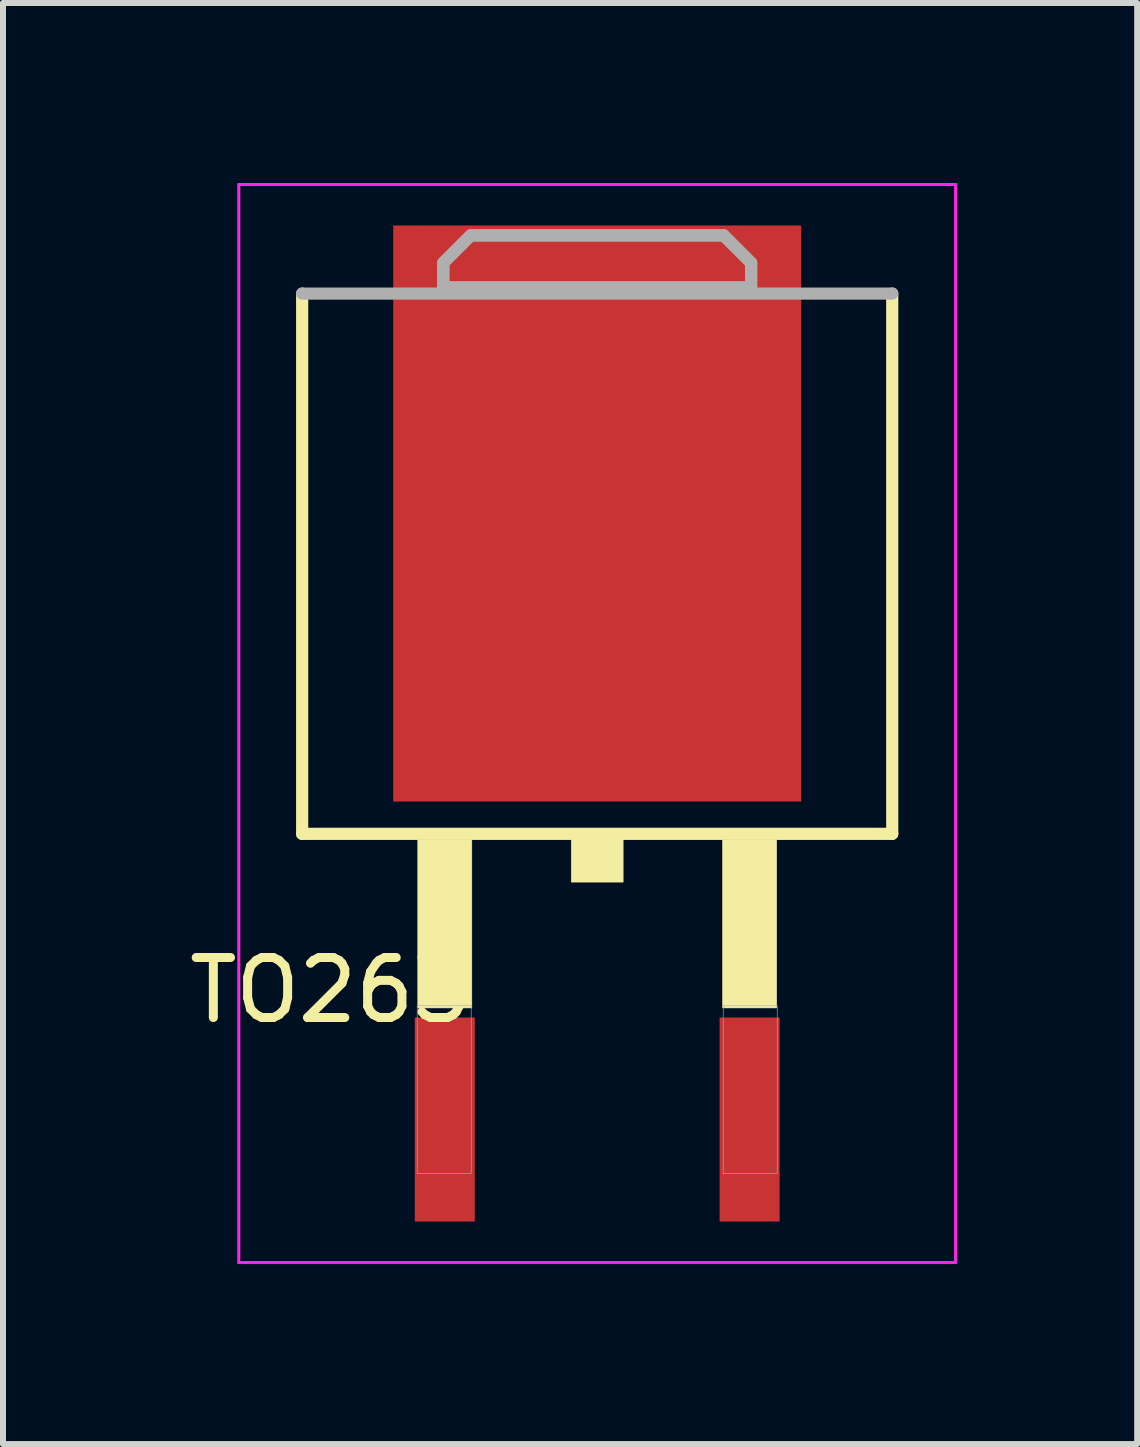
<source format=kicad_pcb>
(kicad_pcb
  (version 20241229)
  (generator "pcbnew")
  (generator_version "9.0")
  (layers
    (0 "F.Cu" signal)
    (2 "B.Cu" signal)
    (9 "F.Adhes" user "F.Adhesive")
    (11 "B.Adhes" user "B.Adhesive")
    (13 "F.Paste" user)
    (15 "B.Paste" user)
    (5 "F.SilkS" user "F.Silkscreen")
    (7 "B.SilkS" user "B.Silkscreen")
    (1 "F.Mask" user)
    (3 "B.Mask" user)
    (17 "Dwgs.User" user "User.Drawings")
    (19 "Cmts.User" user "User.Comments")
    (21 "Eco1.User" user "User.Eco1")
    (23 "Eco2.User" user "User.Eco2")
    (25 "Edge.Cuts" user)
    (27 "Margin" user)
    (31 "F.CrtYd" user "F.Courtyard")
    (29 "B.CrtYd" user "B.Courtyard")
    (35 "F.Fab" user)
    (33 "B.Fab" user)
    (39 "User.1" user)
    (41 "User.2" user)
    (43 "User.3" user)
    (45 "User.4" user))
  (footprint "TO263"
    (layer "F.Cu")
    (at 6.903 9.008)
    (property "Reference" "TO263" (at -4.445 4.445 180) (layer "F.SilkS") (effects (font (size 1 1) (thickness 0.15))))
    (attr smd)
    (fp_line (start -4.917 1.839) (end -4.917 -7.165) (stroke (width 0.203) (type solid)) (layer "F.SilkS"))
    (fp_line (start 4.917 -7.165) (end 4.917 1.839) (stroke (width 0.203) (type solid)) (layer "F.SilkS"))
    (fp_line (start 4.917 1.839) (end -4.917 1.839) (stroke (width 0.203) (type solid)) (layer "F.SilkS"))
    (fp_poly (pts (xy -2.99 1.94) (xy -2.09 1.94) (xy -2.09 4.74) (xy -2.99 4.74)) (stroke (width 0.01) (type solid)) (fill yes) (layer "F.SilkS"))
    (fp_poly (pts (xy -0.432 1.881) (xy 0.432 1.881) (xy 0.432 2.643) (xy -0.432 2.643)) (stroke (width 0.01) (type solid)) (fill yes) (layer "F.SilkS"))
    (fp_poly (pts (xy 2.09 1.94) (xy 2.99 1.94) (xy 2.99 4.74) (xy 2.09 4.74)) (stroke (width 0.01) (type solid)) (fill yes) (layer "F.SilkS"))
    (fp_line (start -5.973 -8.983) (end 5.973 -8.983) (stroke (width 0.051) (type solid)) (layer "F.CrtYd"))
    (fp_line (start -5.973 8.983) (end -5.973 -8.983) (stroke (width 0.051) (type solid)) (layer "F.CrtYd"))
    (fp_line (start 5.973 -8.983) (end 5.973 8.983) (stroke (width 0.051) (type solid)) (layer "F.CrtYd"))
    (fp_line (start 5.973 8.983) (end -5.973 8.983) (stroke (width 0.051) (type solid)) (layer "F.CrtYd"))
    (fp_line (start -4.917 -7.165) (end 4.917 -7.165) (stroke (width 0.203) (type solid)) (layer "F.Fab"))
    (fp_line (start -2.565 -7.678) (end -2.108 -8.135) (stroke (width 0.203) (type solid)) (layer "F.Fab"))
    (fp_line (start -2.565 -7.267) (end -2.565 -7.678) (stroke (width 0.203) (type solid)) (layer "F.Fab"))
    (fp_line (start -2.108 -8.135) (end 2.108 -8.135) (stroke (width 0.203) (type solid)) (layer "F.Fab"))
    (fp_line (start 2.108 -8.135) (end 2.565 -7.678) (stroke (width 0.203) (type solid)) (layer "F.Fab"))
    (fp_line (start 2.565 -7.678) (end 2.565 -7.267) (stroke (width 0.203) (type solid)) (layer "F.Fab"))
    (fp_line (start 2.565 -7.267) (end -2.565 -7.267) (stroke (width 0.203) (type solid)) (layer "F.Fab"))
    (fp_poly (pts (xy -3 4.7) (xy -2.1 4.7) (xy -2.1 7.5) (xy -3 7.5)) (stroke (width 0.01) (type solid)) (fill no) (layer "F.Fab"))
    (fp_poly (pts (xy 2.1 4.7) (xy 3 4.7) (xy 3 7.5) (xy 2.1 7.5)) (stroke (width 0.01) (type solid)) (fill no) (layer "F.Fab"))
    (fp_poly (pts (xy -2.565 -7.267) (xy -2.565 -7.678) (xy -2.108 -8.135) (xy 2.108 -8.135) (xy 2.565 -7.678) (xy 2.565 -7.267)) (stroke (width 0.203) (type solid)) (fill no) (layer "F.Fab"))
    (pad "1" smd rect (at -2.54 6.6) (size 1 3.4) (layers "F.Cu" "F.Mask" "F.Paste"))
    (pad "2" smd rect (at 2.54 6.6) (size 1 3.4) (layers "F.Cu" "F.Mask" "F.Paste"))
    (pad "3" smd rect (at 0 -3.5) (size 6.8 9.6) (layers "F.Cu" "F.Mask" "F.Paste")))
  (gr_rect
    (start -3 -3)
    (end 15.902 21.017)
    (stroke (width 0.1) (type default))
    (fill no)
    (layer "Edge.Cuts")))
</source>
